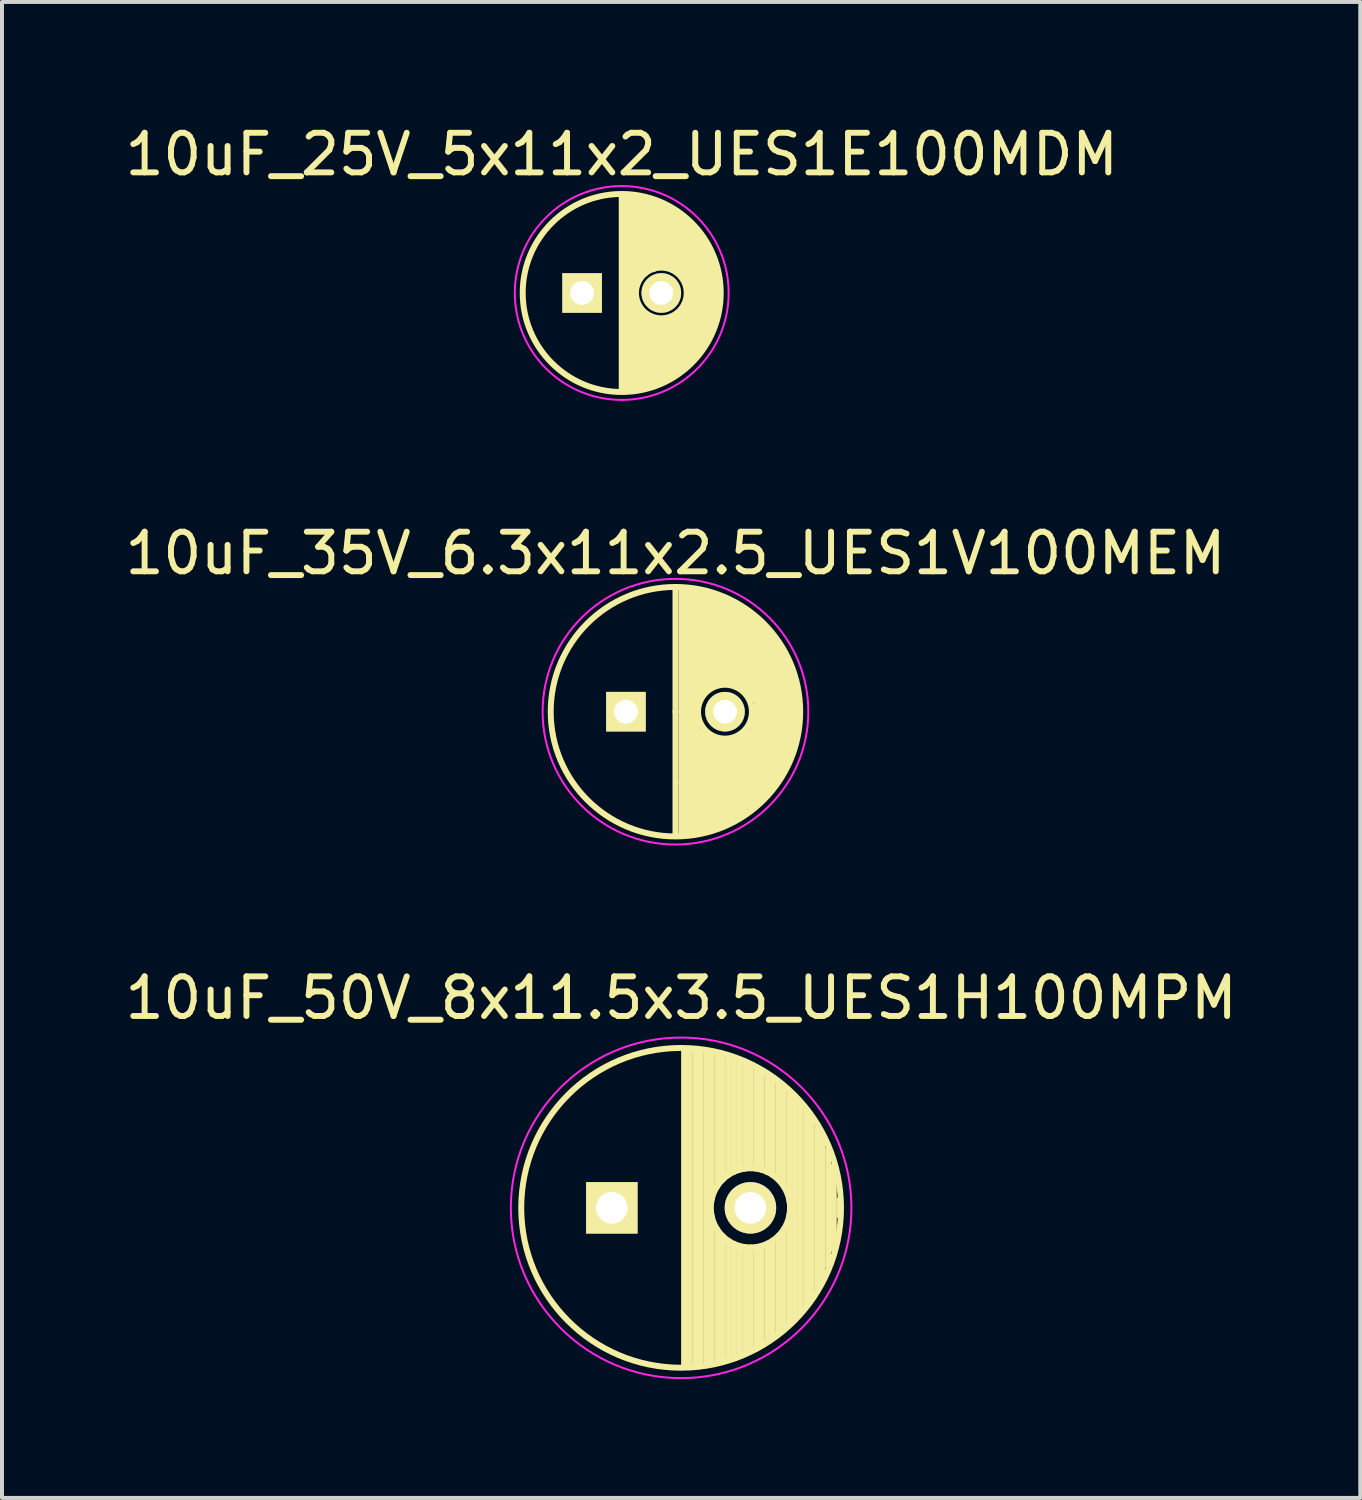
<source format=kicad_pcb>
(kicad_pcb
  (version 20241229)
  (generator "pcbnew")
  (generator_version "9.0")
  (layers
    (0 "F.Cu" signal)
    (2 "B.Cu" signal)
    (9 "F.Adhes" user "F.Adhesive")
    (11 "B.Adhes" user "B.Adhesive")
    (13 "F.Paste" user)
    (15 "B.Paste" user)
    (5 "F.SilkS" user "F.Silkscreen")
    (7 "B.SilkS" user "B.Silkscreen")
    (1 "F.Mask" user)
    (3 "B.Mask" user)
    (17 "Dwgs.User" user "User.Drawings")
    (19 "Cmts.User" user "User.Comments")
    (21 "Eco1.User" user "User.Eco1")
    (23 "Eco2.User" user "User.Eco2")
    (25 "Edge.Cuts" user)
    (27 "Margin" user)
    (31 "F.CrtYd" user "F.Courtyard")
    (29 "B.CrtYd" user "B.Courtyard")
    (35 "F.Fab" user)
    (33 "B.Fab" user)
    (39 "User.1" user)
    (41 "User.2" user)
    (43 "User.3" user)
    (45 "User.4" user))
  (footprint "10uF_35V_6.3x11x2.5_UES1V100MEM"
    (layer "F.Cu")
    (at 14.006 14.921)
    (property "Reference" "10uF_35V_6.3x11x2.5_UES1V100MEM" (at 0 -4 0) (layer "F.SilkS") (effects (font (size 1 1) (thickness 0.15))))
    (attr through_hole)
    (fp_line (start 0 0) (end 0 -3.1) (stroke (width 0.15) (type solid)) (layer "F.SilkS"))
    (fp_line (start 0 0) (end 0 3.1) (stroke (width 0.15) (type solid)) (layer "F.SilkS"))
    (fp_line (start 0.15 1.8) (end 0.15 -3.1) (stroke (width 0.15) (type solid)) (layer "F.SilkS"))
    (fp_line (start 0.15 3.1) (end 0.15 1.8) (stroke (width 0.15) (type solid)) (layer "F.SilkS"))
    (fp_line (start 0.25 -3.1) (end 0.25 3.1) (stroke (width 0.15) (type solid)) (layer "F.SilkS"))
    (fp_line (start 0.35 3) (end 0.35 -3) (stroke (width 0.15) (type solid)) (layer "F.SilkS"))
    (fp_line (start 0.45 -3.1) (end 0.45 3.1) (stroke (width 0.15) (type solid)) (layer "F.SilkS"))
    (fp_line (start 0.55 -3) (end 0.55 -0.2) (stroke (width 0.15) (type solid)) (layer "F.SilkS"))
    (fp_line (start 0.55 0.2) (end 0.55 3) (stroke (width 0.15) (type solid)) (layer "F.SilkS"))
    (fp_line (start 0.65 -3) (end 0.55 -3) (stroke (width 0.15) (type solid)) (layer "F.SilkS"))
    (fp_line (start 0.65 -0.4) (end 0.65 -3) (stroke (width 0.15) (type solid)) (layer "F.SilkS"))
    (fp_line (start 0.65 3) (end 0.65 0.5) (stroke (width 0.15) (type solid)) (layer "F.SilkS"))
    (fp_line (start 0.75 -3) (end 0.75 -0.6) (stroke (width 0.15) (type solid)) (layer "F.SilkS"))
    (fp_line (start 0.75 -0.6) (end 0.65 -0.4) (stroke (width 0.15) (type solid)) (layer "F.SilkS"))
    (fp_line (start 0.75 0.5) (end 0.75 3) (stroke (width 0.15) (type solid)) (layer "F.SilkS"))
    (fp_line (start 0.85 -2.9) (end 0.75 -3) (stroke (width 0.15) (type solid)) (layer "F.SilkS"))
    (fp_line (start 0.85 -0.6) (end 0.85 -2.9) (stroke (width 0.15) (type solid)) (layer "F.SilkS"))
    (fp_line (start 0.85 2.9) (end 0.85 0.6) (stroke (width 0.15) (type solid)) (layer "F.SilkS"))
    (fp_line (start 0.95 -2.9) (end 0.95 -0.7) (stroke (width 0.15) (type solid)) (layer "F.SilkS"))
    (fp_line (start 0.95 -0.7) (end 0.85 -0.6) (stroke (width 0.15) (type solid)) (layer "F.SilkS"))
    (fp_line (start 0.95 0.7) (end 0.95 2.9) (stroke (width 0.15) (type solid)) (layer "F.SilkS"))
    (fp_line (start 1.05 -2.9) (end 1.15 -2.8) (stroke (width 0.15) (type solid)) (layer "F.SilkS"))
    (fp_line (start 1.05 -2.8) (end 0.95 -2.9) (stroke (width 0.15) (type solid)) (layer "F.SilkS"))
    (fp_line (start 1.05 -0.7) (end 1.05 -2.8) (stroke (width 0.15) (type solid)) (layer "F.SilkS"))
    (fp_line (start 1.05 2.9) (end 1.05 0.7) (stroke (width 0.15) (type solid)) (layer "F.SilkS"))
    (fp_line (start 1.15 -2.8) (end 1.15 -0.7) (stroke (width 0.15) (type solid)) (layer "F.SilkS"))
    (fp_line (start 1.15 -0.7) (end 1.05 -0.7) (stroke (width 0.15) (type solid)) (layer "F.SilkS"))
    (fp_line (start 1.15 0.7) (end 1.15 2.8) (stroke (width 0.15) (type solid)) (layer "F.SilkS"))
    (fp_line (start 1.25 -2.8) (end 1.05 -2.9) (stroke (width 0.15) (type solid)) (layer "F.SilkS"))
    (fp_line (start 1.25 -0.8) (end 1.25 -2.8) (stroke (width 0.15) (type solid)) (layer "F.SilkS"))
    (fp_line (start 1.25 2.8) (end 1.25 0.8) (stroke (width 0.15) (type solid)) (layer "F.SilkS"))
    (fp_line (start 1.35 -2.8) (end 1.35 -0.7) (stroke (width 0.15) (type solid)) (layer "F.SilkS"))
    (fp_line (start 1.35 -0.7) (end 1.25 -0.8) (stroke (width 0.15) (type solid)) (layer "F.SilkS"))
    (fp_line (start 1.35 0.7) (end 1.35 2.7) (stroke (width 0.15) (type solid)) (layer "F.SilkS"))
    (fp_line (start 1.45 -2.7) (end 1.35 -2.8) (stroke (width 0.15) (type solid)) (layer "F.SilkS"))
    (fp_line (start 1.45 -0.7) (end 1.45 -2.7) (stroke (width 0.15) (type solid)) (layer "F.SilkS"))
    (fp_line (start 1.45 2.7) (end 1.45 0.7) (stroke (width 0.15) (type solid)) (layer "F.SilkS"))
    (fp_line (start 1.55 -2.7) (end 1.55 -0.7) (stroke (width 0.15) (type solid)) (layer "F.SilkS"))
    (fp_line (start 1.55 -0.7) (end 1.45 -0.7) (stroke (width 0.15) (type solid)) (layer "F.SilkS"))
    (fp_line (start 1.55 0.7) (end 1.55 2.6) (stroke (width 0.15) (type solid)) (layer "F.SilkS"))
    (fp_line (start 1.65 -2.6) (end 1.55 -2.7) (stroke (width 0.15) (type solid)) (layer "F.SilkS"))
    (fp_line (start 1.65 -2.5) (end 1.85 -2.5) (stroke (width 0.15) (type solid)) (layer "F.SilkS"))
    (fp_line (start 1.65 -0.6) (end 1.65 -2.6) (stroke (width 0.15) (type solid)) (layer "F.SilkS"))
    (fp_line (start 1.65 2.6) (end 1.65 0.6) (stroke (width 0.15) (type solid)) (layer "F.SilkS"))
    (fp_line (start 1.75 -2.5) (end 1.75 -0.6) (stroke (width 0.15) (type solid)) (layer "F.SilkS"))
    (fp_line (start 1.75 0.6) (end 1.75 2.5) (stroke (width 0.15) (type solid)) (layer "F.SilkS"))
    (fp_line (start 1.85 -0.4) (end 1.85 -2.4) (stroke (width 0.15) (type solid)) (layer "F.SilkS"))
    (fp_line (start 1.85 2.4) (end 1.85 0.5) (stroke (width 0.15) (type solid)) (layer "F.SilkS"))
    (fp_line (start 1.95 -2.4) (end 1.95 -0.3) (stroke (width 0.15) (type solid)) (layer "F.SilkS"))
    (fp_line (start 1.95 0.2) (end 1.95 0.4) (stroke (width 0.15) (type solid)) (layer "F.SilkS"))
    (fp_line (start 1.95 0.4) (end 1.95 2.4) (stroke (width 0.15) (type solid)) (layer "F.SilkS"))
    (fp_line (start 2.05 -2.3) (end 2.15 -2.2) (stroke (width 0.15) (type solid)) (layer "F.SilkS"))
    (fp_line (start 2.05 0) (end 2.05 -2.3) (stroke (width 0.15) (type solid)) (layer "F.SilkS"))
    (fp_line (start 2.05 2.3) (end 2.05 0) (stroke (width 0.15) (type solid)) (layer "F.SilkS"))
    (fp_line (start 2.15 -2.1) (end 2.15 2.2) (stroke (width 0.15) (type solid)) (layer "F.SilkS"))
    (fp_line (start 2.15 2.2) (end 2.25 2.1) (stroke (width 0.15) (type solid)) (layer "F.SilkS"))
    (fp_line (start 2.25 -2.1) (end 2.35 -1.9) (stroke (width 0.15) (type solid)) (layer "F.SilkS"))
    (fp_line (start 2.25 2.1) (end 2.25 -2.1) (stroke (width 0.15) (type solid)) (layer "F.SilkS"))
    (fp_line (start 2.35 -1.9) (end 2.35 2) (stroke (width 0.15) (type solid)) (layer "F.SilkS"))
    (fp_line (start 2.35 2) (end 2.45 1.8) (stroke (width 0.15) (type solid)) (layer "F.SilkS"))
    (fp_line (start 2.45 -1.9) (end 2.55 -1.7) (stroke (width 0.15) (type solid)) (layer "F.SilkS"))
    (fp_line (start 2.45 1.8) (end 2.45 -1.9) (stroke (width 0.15) (type solid)) (layer "F.SilkS"))
    (fp_line (start 2.55 -1.7) (end 2.55 1.7) (stroke (width 0.15) (type solid)) (layer "F.SilkS"))
    (fp_line (start 2.55 -1.7) (end 2.65 -1.5) (stroke (width 0.15) (type solid)) (layer "F.SilkS"))
    (fp_line (start 2.55 1.7) (end 2.65 1.5) (stroke (width 0.15) (type solid)) (layer "F.SilkS"))
    (fp_line (start 2.65 -1.5) (end 2.75 -1.3) (stroke (width 0.15) (type solid)) (layer "F.SilkS"))
    (fp_line (start 2.65 1.5) (end 2.65 -1.5) (stroke (width 0.15) (type solid)) (layer "F.SilkS"))
    (fp_line (start 2.75 -1.3) (end 2.75 1.4) (stroke (width 0.15) (type solid)) (layer "F.SilkS"))
    (fp_line (start 2.75 1.4) (end 2.85 1.1) (stroke (width 0.15) (type solid)) (layer "F.SilkS"))
    (fp_line (start 2.85 -1.2) (end 2.95 -0.7) (stroke (width 0.15) (type solid)) (layer "F.SilkS"))
    (fp_line (start 2.85 1.1) (end 2.85 -1.2) (stroke (width 0.15) (type solid)) (layer "F.SilkS"))
    (fp_line (start 2.95 -0.7) (end 2.95 0.9) (stroke (width 0.15) (type solid)) (layer "F.SilkS"))
    (fp_line (start 2.95 0.9) (end 3.05 0.3) (stroke (width 0.15) (type solid)) (layer "F.SilkS"))
    (fp_line (start 3.05 0.3) (end 3.05 -0.5) (stroke (width 0.15) (type solid)) (layer "F.SilkS"))
    (fp_circle (center 0 0) (end 0 3.15) (stroke (width 0.15) (type solid)) (fill no) (layer "F.SilkS"))
    (fp_circle (center 1.25 0) (end 1.65 0.55) (stroke (width 0.15) (type solid)) (fill no) (layer "F.SilkS"))
    (fp_circle (center 0 0) (end 0.6 3.3) (stroke (width 0.05) (type solid)) (fill no) (layer "F.CrtYd"))
    (pad "1" thru_hole rect (at -1.25 0) (size 1 1) (drill 0.6) (layers "*.Cu" "*.Mask" "F.SilkS"))
    (pad "2" thru_hole circle (at 1.25 0) (size 1 1) (drill 0.6) (layers "*.Cu" "*.Mask" "F.SilkS")))
  (footprint "10uF_25V_5x11x2_UES1E100MDM"
    (layer "F.Cu")
    (at 12.649 4.348)
    (property "Reference" "10uF_25V_5x11x2_UES1E100MDM" (at 0 -3.5 0) (layer "F.SilkS") (effects (font (size 1 1) (thickness 0.15))))
    (attr through_hole)
    (fp_line (start 0 -2.45) (end 0 2.45) (stroke (width 0.15) (type solid)) (layer "F.SilkS"))
    (fp_line (start 0.1 2.45) (end 0.1 -2.45) (stroke (width 0.15) (type solid)) (layer "F.SilkS"))
    (fp_line (start 0.2 -2.45) (end 0.2 2.45) (stroke (width 0.15) (type solid)) (layer "F.SilkS"))
    (fp_line (start 0.3 2.45) (end 0.3 -2.4) (stroke (width 0.15) (type solid)) (layer "F.SilkS"))
    (fp_line (start 0.35 0.25) (end 0.35 2.45) (stroke (width 0.15) (type solid)) (layer "F.SilkS"))
    (fp_line (start 0.4 -2.4) (end 0.4 -0.35) (stroke (width 0.15) (type solid)) (layer "F.SilkS"))
    (fp_line (start 0.45 2.4) (end 0.45 0.4) (stroke (width 0.15) (type solid)) (layer "F.SilkS"))
    (fp_line (start 0.5 -0.45) (end 0.5 -2.4) (stroke (width 0.15) (type solid)) (layer "F.SilkS"))
    (fp_line (start 0.55 0.5) (end 0.55 2.35) (stroke (width 0.15) (type solid)) (layer "F.SilkS"))
    (fp_line (start 0.6 -2.35) (end 0.6 -0.5) (stroke (width 0.15) (type solid)) (layer "F.SilkS"))
    (fp_line (start 0.65 0.6) (end 0.65 2.35) (stroke (width 0.15) (type solid)) (layer "F.SilkS"))
    (fp_line (start 0.7 -0.6) (end 0.7 -2.35) (stroke (width 0.15) (type solid)) (layer "F.SilkS"))
    (fp_line (start 0.75 0.6) (end 0.75 2.3) (stroke (width 0.15) (type solid)) (layer "F.SilkS"))
    (fp_line (start 0.8 -2.3) (end 0.8 -0.6) (stroke (width 0.15) (type solid)) (layer "F.SilkS"))
    (fp_line (start 0.85 0.65) (end 0.85 2.3) (stroke (width 0.15) (type solid)) (layer "F.SilkS"))
    (fp_line (start 0.9 -0.65) (end 0.9 -2.25) (stroke (width 0.15) (type solid)) (layer "F.SilkS"))
    (fp_line (start 0.95 2.25) (end 0.95 0.65) (stroke (width 0.15) (type solid)) (layer "F.SilkS"))
    (fp_line (start 1 -2.25) (end 1 -0.7) (stroke (width 0.15) (type solid)) (layer "F.SilkS"))
    (fp_line (start 1.05 0.65) (end 1.05 2.2) (stroke (width 0.15) (type solid)) (layer "F.SilkS"))
    (fp_line (start 1.1 -0.65) (end 1.1 -2.15) (stroke (width 0.15) (type solid)) (layer "F.SilkS"))
    (fp_line (start 1.15 2.2) (end 1.15 0.65) (stroke (width 0.15) (type solid)) (layer "F.SilkS"))
    (fp_line (start 1.2 -2.15) (end 1.2 -0.7) (stroke (width 0.15) (type solid)) (layer "F.SilkS"))
    (fp_line (start 1.25 0.6) (end 1.25 2.1) (stroke (width 0.15) (type solid)) (layer "F.SilkS"))
    (fp_line (start 1.3 -0.6) (end 1.3 -2.05) (stroke (width 0.15) (type solid)) (layer "F.SilkS"))
    (fp_line (start 1.3 0.6) (end 1.3 2.1) (stroke (width 0.15) (type solid)) (layer "F.SilkS"))
    (fp_line (start 1.4 -2) (end 1.4 -0.55) (stroke (width 0.15) (type solid)) (layer "F.SilkS"))
    (fp_line (start 1.4 2) (end 1.4 0.55) (stroke (width 0.15) (type solid)) (layer "F.SilkS"))
    (fp_line (start 1.5 -1.95) (end 1.5 -0.5) (stroke (width 0.15) (type solid)) (layer "F.SilkS"))
    (fp_line (start 1.5 0.45) (end 1.5 1.95) (stroke (width 0.15) (type solid)) (layer "F.SilkS"))
    (fp_line (start 1.6 -1.85) (end 1.6 -0.35) (stroke (width 0.15) (type solid)) (layer "F.SilkS"))
    (fp_line (start 1.6 0.35) (end 1.6 1.85) (stroke (width 0.15) (type solid)) (layer "F.SilkS"))
    (fp_line (start 1.7 -1.75) (end 1.7 1.75) (stroke (width 0.15) (type solid)) (layer "F.SilkS"))
    (fp_line (start 1.8 1.7) (end 1.8 -1.7) (stroke (width 0.15) (type solid)) (layer "F.SilkS"))
    (fp_line (start 1.9 -1.55) (end 1.9 1.55) (stroke (width 0.15) (type solid)) (layer "F.SilkS"))
    (fp_line (start 2 1.45) (end 2 -1.4) (stroke (width 0.15) (type solid)) (layer "F.SilkS"))
    (fp_line (start 2.1 -1.25) (end 2.1 1.25) (stroke (width 0.15) (type solid)) (layer "F.SilkS"))
    (fp_line (start 2.2 1.1) (end 2.2 -1.05) (stroke (width 0.15) (type solid)) (layer "F.SilkS"))
    (fp_line (start 2.3 -0.8) (end 2.3 0.85) (stroke (width 0.15) (type solid)) (layer "F.SilkS"))
    (fp_line (start 2.4 0.55) (end 2.4 -0.55) (stroke (width 0.15) (type solid)) (layer "F.SilkS"))
    (fp_circle (center 0 0) (end 0 2.5) (stroke (width 0.15) (type solid)) (fill no) (layer "F.SilkS"))
    (fp_circle (center 1 0) (end 1.4 0.5) (stroke (width 0.15) (type solid)) (fill no) (layer "F.SilkS"))
    (fp_circle (center 0 0) (end 0 2.7) (stroke (width 0.05) (type solid)) (fill no) (layer "F.CrtYd"))
    (pad "1" thru_hole rect (at -1 0) (size 1 1) (drill 0.6) (layers "*.Cu" "*.Mask" "F.SilkS"))
    (pad "2" thru_hole circle (at 1 0) (size 1 1) (drill 0.6) (layers "*.Cu" "*.Mask" "F.SilkS")))
  (footprint "10uF_50V_8x11.5x3.5_UES1H100MPM"
    (layer "F.Cu")
    (at 14.149 27.449)
    (property "Reference" "10uF_50V_8x11.5x3.5_UES1H100MPM" (at 0 -5.3 0) (layer "F.SilkS") (effects (font (size 1 1) (thickness 0.15))))
    (attr through_hole)
    (fp_line (start 0.075 -3.999) (end 0.075 3.999) (stroke (width 0.15) (type solid)) (layer "F.SilkS"))
    (fp_line (start 0.215 -3.994) (end 0.215 3.994) (stroke (width 0.15) (type solid)) (layer "F.SilkS"))
    (fp_line (start 0.355 -3.984) (end 0.355 3.984) (stroke (width 0.15) (type solid)) (layer "F.SilkS"))
    (fp_line (start 0.495 -3.969) (end 0.495 3.969) (stroke (width 0.15) (type solid)) (layer "F.SilkS"))
    (fp_line (start 0.635 -3.949) (end 0.635 3.949) (stroke (width 0.15) (type solid)) (layer "F.SilkS"))
    (fp_line (start 0.775 -3.924) (end 0.775 -0.222) (stroke (width 0.15) (type solid)) (layer "F.SilkS"))
    (fp_line (start 0.775 0.222) (end 0.775 3.924) (stroke (width 0.15) (type solid)) (layer "F.SilkS"))
    (fp_line (start 0.915 -3.894) (end 0.915 -0.55) (stroke (width 0.15) (type solid)) (layer "F.SilkS"))
    (fp_line (start 0.915 0.55) (end 0.915 3.894) (stroke (width 0.15) (type solid)) (layer "F.SilkS"))
    (fp_line (start 1.055 -3.858) (end 1.055 -0.719) (stroke (width 0.15) (type solid)) (layer "F.SilkS"))
    (fp_line (start 1.055 0.719) (end 1.055 3.858) (stroke (width 0.15) (type solid)) (layer "F.SilkS"))
    (fp_line (start 1.195 -3.817) (end 1.195 -0.832) (stroke (width 0.15) (type solid)) (layer "F.SilkS"))
    (fp_line (start 1.195 0.832) (end 1.195 3.817) (stroke (width 0.15) (type solid)) (layer "F.SilkS"))
    (fp_line (start 1.335 -3.771) (end 1.335 -0.91) (stroke (width 0.15) (type solid)) (layer "F.SilkS"))
    (fp_line (start 1.335 0.91) (end 1.335 3.771) (stroke (width 0.15) (type solid)) (layer "F.SilkS"))
    (fp_line (start 1.475 -3.718) (end 1.475 -0.961) (stroke (width 0.15) (type solid)) (layer "F.SilkS"))
    (fp_line (start 1.475 0.961) (end 1.475 3.718) (stroke (width 0.15) (type solid)) (layer "F.SilkS"))
    (fp_line (start 1.615 -3.659) (end 1.615 -0.991) (stroke (width 0.15) (type solid)) (layer "F.SilkS"))
    (fp_line (start 1.615 0.991) (end 1.615 3.659) (stroke (width 0.15) (type solid)) (layer "F.SilkS"))
    (fp_line (start 1.755 -3.594) (end 1.755 -1) (stroke (width 0.15) (type solid)) (layer "F.SilkS"))
    (fp_line (start 1.755 1) (end 1.755 3.594) (stroke (width 0.15) (type solid)) (layer "F.SilkS"))
    (fp_line (start 1.895 -3.523) (end 1.895 -0.989) (stroke (width 0.15) (type solid)) (layer "F.SilkS"))
    (fp_line (start 1.895 0.989) (end 1.895 3.523) (stroke (width 0.15) (type solid)) (layer "F.SilkS"))
    (fp_line (start 2.035 -3.444) (end 2.035 -0.959) (stroke (width 0.15) (type solid)) (layer "F.SilkS"))
    (fp_line (start 2.035 0.959) (end 2.035 3.444) (stroke (width 0.15) (type solid)) (layer "F.SilkS"))
    (fp_line (start 2.175 -3.357) (end 2.175 -0.905) (stroke (width 0.15) (type solid)) (layer "F.SilkS"))
    (fp_line (start 2.175 0.905) (end 2.175 3.357) (stroke (width 0.15) (type solid)) (layer "F.SilkS"))
    (fp_line (start 2.315 -3.262) (end 2.315 -0.825) (stroke (width 0.15) (type solid)) (layer "F.SilkS"))
    (fp_line (start 2.315 0.825) (end 2.315 3.262) (stroke (width 0.15) (type solid)) (layer "F.SilkS"))
    (fp_line (start 2.455 -3.158) (end 2.455 -0.709) (stroke (width 0.15) (type solid)) (layer "F.SilkS"))
    (fp_line (start 2.455 0.709) (end 2.455 3.158) (stroke (width 0.15) (type solid)) (layer "F.SilkS"))
    (fp_line (start 2.595 -3.044) (end 2.595 -0.535) (stroke (width 0.15) (type solid)) (layer "F.SilkS"))
    (fp_line (start 2.595 0.535) (end 2.595 3.044) (stroke (width 0.15) (type solid)) (layer "F.SilkS"))
    (fp_line (start 2.735 -2.919) (end 2.735 -0.173) (stroke (width 0.15) (type solid)) (layer "F.SilkS"))
    (fp_line (start 2.735 0.173) (end 2.735 2.919) (stroke (width 0.15) (type solid)) (layer "F.SilkS"))
    (fp_line (start 2.875 -2.781) (end 2.875 2.781) (stroke (width 0.15) (type solid)) (layer "F.SilkS"))
    (fp_line (start 3.015 -2.629) (end 3.015 2.629) (stroke (width 0.15) (type solid)) (layer "F.SilkS"))
    (fp_line (start 3.155 -2.459) (end 3.155 2.459) (stroke (width 0.15) (type solid)) (layer "F.SilkS"))
    (fp_line (start 3.295 -2.268) (end 3.295 2.268) (stroke (width 0.15) (type solid)) (layer "F.SilkS"))
    (fp_line (start 3.435 -2.05) (end 3.435 2.05) (stroke (width 0.15) (type solid)) (layer "F.SilkS"))
    (fp_line (start 3.575 -1.794) (end 3.575 1.794) (stroke (width 0.15) (type solid)) (layer "F.SilkS"))
    (fp_line (start 3.715 -1.483) (end 3.715 1.483) (stroke (width 0.15) (type solid)) (layer "F.SilkS"))
    (fp_line (start 3.855 -1.067) (end 3.855 1.067) (stroke (width 0.15) (type solid)) (layer "F.SilkS"))
    (fp_line (start 3.995 -0.2) (end 3.995 0.2) (stroke (width 0.15) (type solid)) (layer "F.SilkS"))
    (fp_circle (center 0 0) (end 0 -4.037) (stroke (width 0.15) (type solid)) (fill no) (layer "F.SilkS"))
    (fp_circle (center 1.75 0) (end 1.75 -1) (stroke (width 0.15) (type solid)) (fill no) (layer "F.SilkS"))
    (fp_circle (center 0 0) (end 0 -4.3) (stroke (width 0.05) (type solid)) (fill no) (layer "F.CrtYd"))
    (pad "1" thru_hole rect (at -1.75 0) (size 1.3 1.3) (drill 0.8) (layers "*.Cu" "*.Mask" "F.SilkS"))
    (pad "2" thru_hole circle (at 1.75 0) (size 1.3 1.3) (drill 0.8) (layers "*.Cu" "*.Mask" "F.SilkS")))
  (gr_rect
    (start -3 -3)
    (end 31.298 34.774)
    (stroke (width 0.1) (type default))
    (fill no)
    (layer "Edge.Cuts")))
</source>
